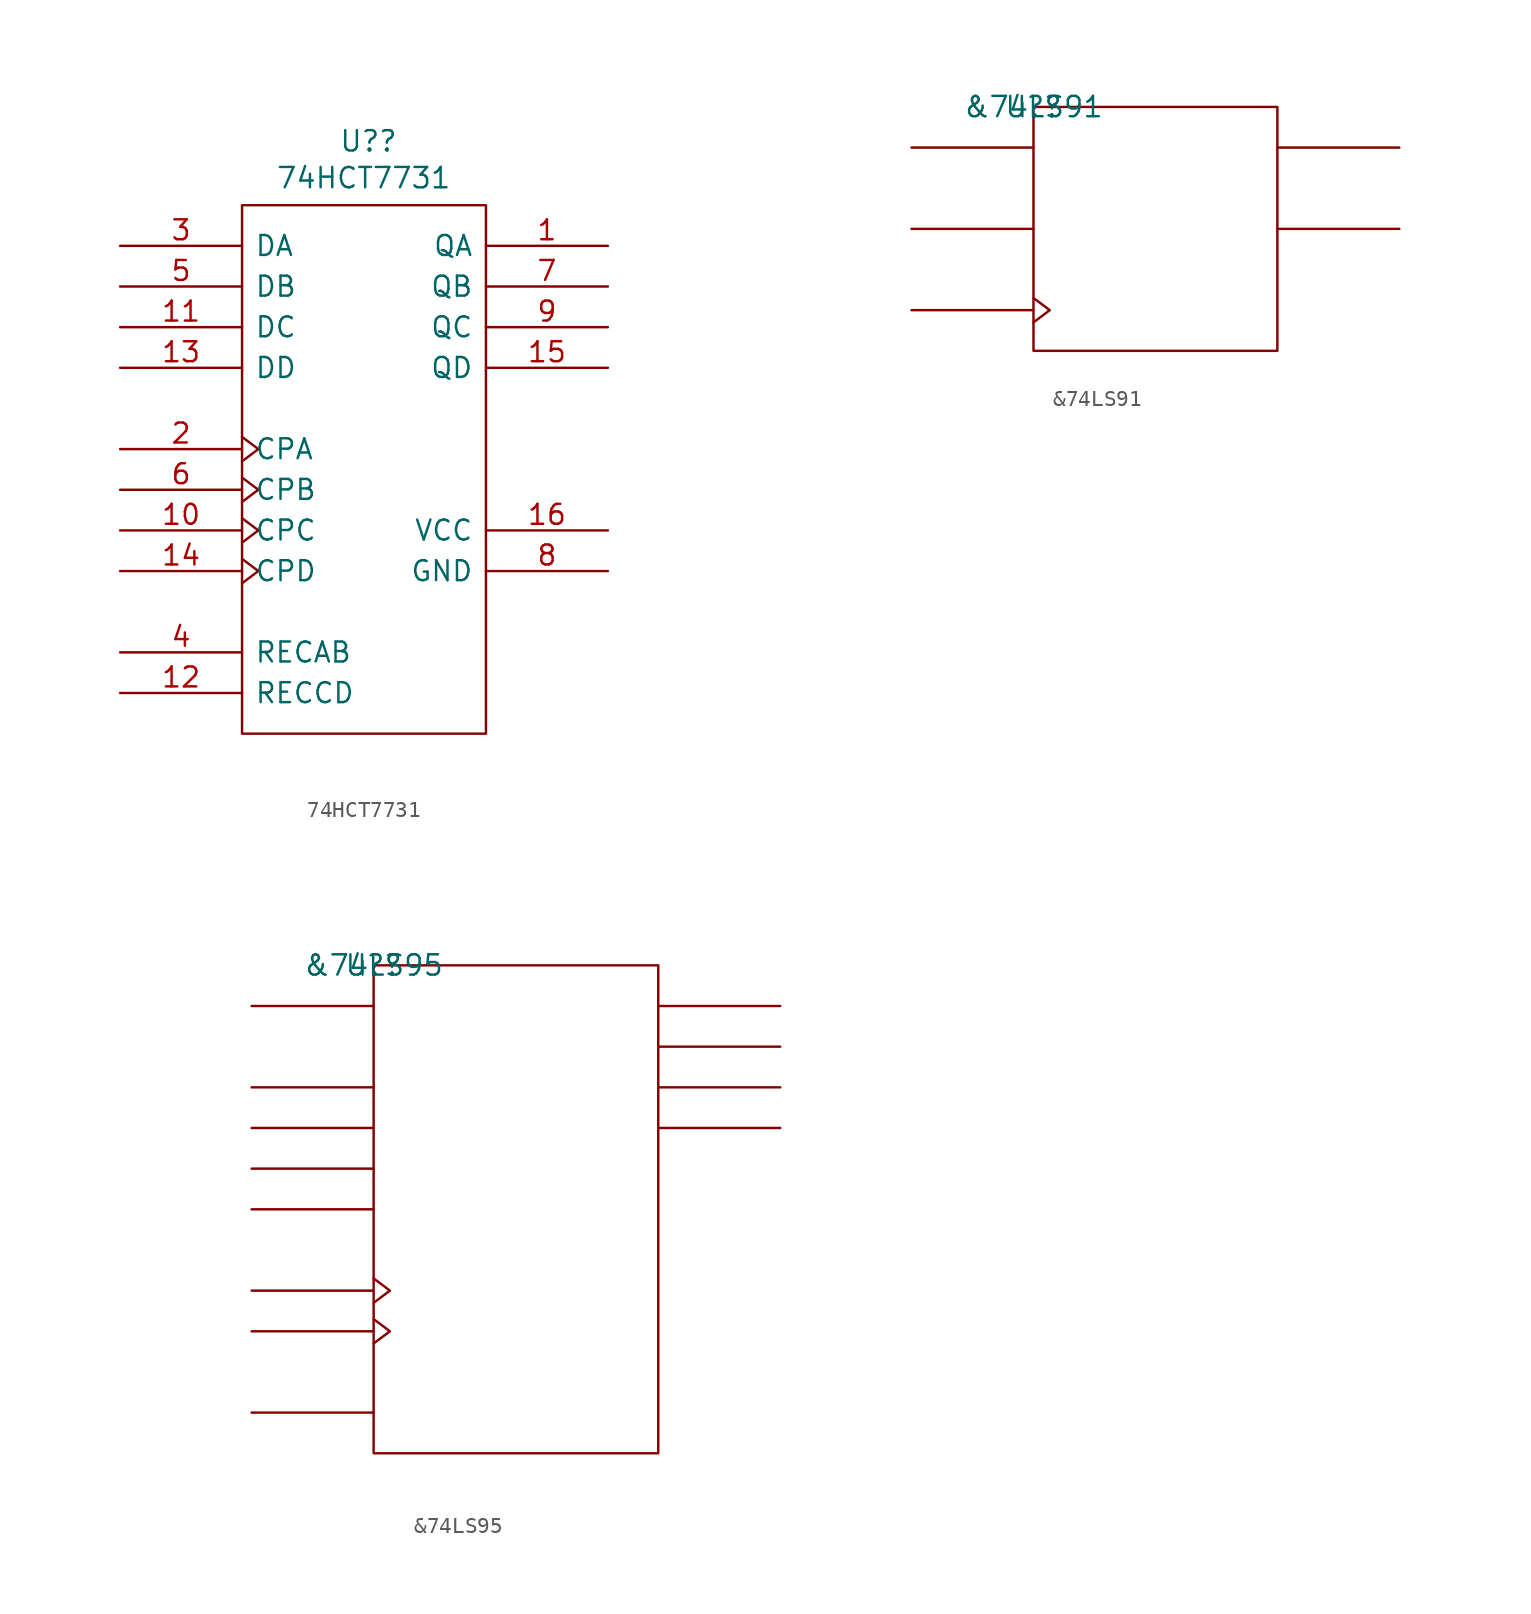
<source format=kicad_sym>
(kicad_symbol_lib
  (version 20211014)
  (generator kicad_symbol_editor)
  (symbol "74HCT7731"
    (pin_names
      (offset 0.762))
    (property "Reference" "U?"
      (at 7.9 3.365 0)
      (effects (font (size 1.27 1.27))))
    (property "Value" "74HCT7731"
      (at 7.6 1.065 0)
      (effects (font (size 1.27 1.27))))
    (symbol "74HCT7731_0_1"
      (rectangle (start 0 -33.655) (end 15.24 -0.635) (stroke (width 0) (type default) (color 0 0 0 0)) (fill (type none)))
      (polyline (pts (xy 0 -22.733) (xy 1.016 -23.495) (xy 0 -24.257)) (stroke (width 0) (type default) (color 0 0 0 0)) (fill (type none)))
      (polyline (pts (xy 0 -20.193) (xy 1.016 -20.955) (xy 0 -21.717)) (stroke (width 0) (type default) (color 0 0 0 0)) (fill (type none)))
      (polyline (pts (xy 0 -17.653) (xy 1.016 -18.415) (xy 0 -19.177)) (stroke (width 0) (type default) (color 0 0 0 0)) (fill (type none)))
      (polyline (pts (xy 0 -15.113) (xy 1.016 -15.875) (xy 0 -16.637)) (stroke (width 0) (type default) (color 0 0 0 0)) (fill (type none))))
    (symbol "74HCT7731_1_1"
      (pin output line (at 22.86 -3.175 180) (length 7.62) (name "QA" (effects (font (size 1.245 1.245)))) (number "1" (effects (font (size 1.245 1.245)))))
      (pin input line (at -7.62 -20.955 0) (length 7.62) (name "CPC" (effects (font (size 1.245 1.245)))) (number "10" (effects (font (size 1.245 1.245)))))
      (pin input line (at -7.62 -8.255 0) (length 7.62) (name "DC" (effects (font (size 1.245 1.245)))) (number "11" (effects (font (size 1.245 1.245)))))
      (pin input line (at -7.62 -31.115 0) (length 7.62) (name "RECCD" (effects (font (size 1.245 1.245)))) (number "12" (effects (font (size 1.245 1.245)))))
      (pin input line (at -7.62 -10.795 0) (length 7.62) (name "DD" (effects (font (size 1.245 1.245)))) (number "13" (effects (font (size 1.245 1.245)))))
      (pin input line (at -7.62 -23.495 0) (length 7.62) (name "CPD" (effects (font (size 1.245 1.245)))) (number "14" (effects (font (size 1.245 1.245)))))
      (pin output line (at 22.86 -10.795 180) (length 7.62) (name "QD" (effects (font (size 1.245 1.245)))) (number "15" (effects (font (size 1.245 1.245)))))
      (pin power_in line (at 22.86 -20.955 180) (length 7.62) (name "VCC" (effects (font (size 1.245 1.245)))) (number "16" (effects (font (size 1.245 1.245)))))
      (pin input line (at -7.62 -15.875 0) (length 7.62) (name "CPA" (effects (font (size 1.245 1.245)))) (number "2" (effects (font (size 1.245 1.245)))))
      (pin input line (at -7.62 -3.175 0) (length 7.62) (name "DA" (effects (font (size 1.245 1.245)))) (number "3" (effects (font (size 1.245 1.245)))))
      (pin input line (at -7.62 -28.575 0) (length 7.62) (name "RECAB" (effects (font (size 1.245 1.245)))) (number "4" (effects (font (size 1.245 1.245)))))
      (pin input line (at -7.62 -5.715 0) (length 7.62) (name "DB" (effects (font (size 1.245 1.245)))) (number "5" (effects (font (size 1.245 1.245)))))
      (pin input line (at -7.62 -18.415 0) (length 7.62) (name "CPB" (effects (font (size 1.245 1.245)))) (number "6" (effects (font (size 1.245 1.245)))))
      (pin output line (at 22.86 -5.715 180) (length 7.62) (name "QB" (effects (font (size 1.245 1.245)))) (number "7" (effects (font (size 1.245 1.245)))))
      (pin power_in line (at 22.86 -23.495 180) (length 7.62) (name "GND" (effects (font (size 1.245 1.245)))) (number "8" (effects (font (size 1.245 1.245)))))
      (pin output line (at 22.86 -8.255 180) (length 7.62) (name "QC" (effects (font (size 1.245 1.245)))) (number "9" (effects (font (size 1.245 1.245)))))))
  (symbol "&74LS91"
    (pin_names
      (offset 0.762))
    (property "Reference" "U?"
      (at 0 0 0)
      (effects (font (size 1.27 1.27))))
    (property "Value" "&74LS91"
      (at 0 0 0)
      (effects (font (size 1.27 1.27))))
    (symbol "&74LS91_0_1"
      (rectangle (start 0 -15.24) (end 15.24 0) (stroke (width 0) (type default) (color 0 0 0 0)) (fill (type none)))
      (polyline (pts (xy 0 -12.7) (xy -7.62 -12.7)) (stroke (width 0) (type default) (color 0 0 0 0)) (fill (type none)))
      (polyline (pts (xy 0 -7.62) (xy -7.62 -7.62)) (stroke (width 0) (type default) (color 0 0 0 0)) (fill (type none)))
      (polyline (pts (xy 0 -2.54) (xy -7.62 -2.54)) (stroke (width 0) (type default) (color 0 0 0 0)) (fill (type none)))
      (polyline (pts (xy 15.24 -7.62) (xy 22.86 -7.62)) (stroke (width 0) (type default) (color 0 0 0 0)) (fill (type none)))
      (polyline (pts (xy 15.24 -2.54) (xy 22.86 -2.54)) (stroke (width 0) (type default) (color 0 0 0 0)) (fill (type none)))
      (polyline (pts (xy 0 -11.938) (xy 1.016 -12.7) (xy 0 -13.462)) (stroke (width 0) (type default) (color 0 0 0 0)) (fill (type none))))
    (symbol "&74LS91_1_1"
      (pin power_in line (at 7.62 -15.24 180) (length 7.62) hide (name "GND" (effects (font (size 1.245 1.245)))) (number "10" (effects (font (size 1.245 1.245)))))
      (pin unspecified line (at -7.62 -7.62 0) (length 7.62) hide (name "B" (effects (font (size 1.245 1.245)))) (number "11" (effects (font (size 1.245 1.245)))))
      (pin unspecified line (at -7.62 -2.54 0) (length 7.62) hide (name "A" (effects (font (size 1.245 1.245)))) (number "12" (effects (font (size 1.245 1.245)))))
      (pin unspecified line (at 22.86 -2.54 180) (length 7.62) hide (name "Q" (effects (font (size 1.245 1.245)))) (number "13" (effects (font (size 1.245 1.245)))))
      (pin unspecified line (at 22.86 -7.62 180) (length 7.62) hide (name "Q\\" (effects (font (size 1.245 1.245)))) (number "14" (effects (font (size 1.245 1.245)))))
      (pin power_in line (at 5.08 0 180) (length 7.62) hide (name "VCC" (effects (font (size 1.245 1.245)))) (number "5" (effects (font (size 1.245 1.245)))))
      (pin unspecified line (at -7.62 -12.7 180) (length 7.62) hide (name "CLK" (effects (font (size 1.245 1.245)))) (number "9" (effects (font (size 1.245 1.245)))))))
  (symbol "&74LS95"
    (pin_names
      (offset 0.762))
    (property "Reference" "U?"
      (at 0 0 0)
      (effects (font (size 1.27 1.27))))
    (property "Value" "&74LS95"
      (at 0 0 0)
      (effects (font (size 1.27 1.27))))
    (symbol "&74LS95_0_1"
      (rectangle (start 0 -30.48) (end 17.78 0) (stroke (width 0) (type default) (color 0 0 0 0)) (fill (type none)))
      (polyline (pts (xy 0 -27.94) (xy -7.62 -27.94)) (stroke (width 0) (type default) (color 0 0 0 0)) (fill (type none)))
      (polyline (pts (xy 0 -22.86) (xy -7.62 -22.86)) (stroke (width 0) (type default) (color 0 0 0 0)) (fill (type none)))
      (polyline (pts (xy 0 -20.32) (xy -7.62 -20.32)) (stroke (width 0) (type default) (color 0 0 0 0)) (fill (type none)))
      (polyline (pts (xy 0 -15.24) (xy -7.62 -15.24)) (stroke (width 0) (type default) (color 0 0 0 0)) (fill (type none)))
      (polyline (pts (xy 0 -12.7) (xy -7.62 -12.7)) (stroke (width 0) (type default) (color 0 0 0 0)) (fill (type none)))
      (polyline (pts (xy 0 -10.16) (xy -7.62 -10.16)) (stroke (width 0) (type default) (color 0 0 0 0)) (fill (type none)))
      (polyline (pts (xy 0 -7.62) (xy -7.62 -7.62)) (stroke (width 0) (type default) (color 0 0 0 0)) (fill (type none)))
      (polyline (pts (xy 0 -2.54) (xy -7.62 -2.54)) (stroke (width 0) (type default) (color 0 0 0 0)) (fill (type none)))
      (polyline (pts (xy 17.78 -10.16) (xy 25.4 -10.16)) (stroke (width 0) (type default) (color 0 0 0 0)) (fill (type none)))
      (polyline (pts (xy 17.78 -7.62) (xy 25.4 -7.62)) (stroke (width 0) (type default) (color 0 0 0 0)) (fill (type none)))
      (polyline (pts (xy 17.78 -5.08) (xy 25.4 -5.08)) (stroke (width 0) (type default) (color 0 0 0 0)) (fill (type none)))
      (polyline (pts (xy 17.78 -2.54) (xy 25.4 -2.54)) (stroke (width 0) (type default) (color 0 0 0 0)) (fill (type none)))
      (polyline (pts (xy 0 -22.098) (xy 1.016 -22.86) (xy 0 -23.622)) (stroke (width 0) (type default) (color 0 0 0 0)) (fill (type none)))
      (polyline (pts (xy 0 -19.558) (xy 1.016 -20.32) (xy 0 -21.082)) (stroke (width 0) (type default) (color 0 0 0 0)) (fill (type none))))
    (symbol "&74LS95_1_1"
      (pin unspecified line (at -7.62 -2.54 0) (length 7.62) hide (name "SDI" (effects (font (size 1.245 1.245)))) (number "1" (effects (font (size 1.245 1.245)))))
      (pin unspecified line (at 25.4 -10.16 180) (length 7.62) hide (name "QD" (effects (font (size 1.245 1.245)))) (number "10" (effects (font (size 1.245 1.245)))))
      (pin unspecified line (at 25.4 -7.62 180) (length 7.62) hide (name "QC" (effects (font (size 1.245 1.245)))) (number "11" (effects (font (size 1.245 1.245)))))
      (pin unspecified line (at 25.4 -5.08 180) (length 7.62) hide (name "QB" (effects (font (size 1.245 1.245)))) (number "12" (effects (font (size 1.245 1.245)))))
      (pin unspecified line (at 25.4 -2.54 180) (length 7.62) hide (name "QA" (effects (font (size 1.245 1.245)))) (number "13" (effects (font (size 1.245 1.245)))))
      (pin power_in line (at 7.62 0 180) (length 7.62) hide (name "VCC" (effects (font (size 1.245 1.245)))) (number "14" (effects (font (size 1.245 1.245)))))
      (pin unspecified line (at -7.62 -7.62 0) (length 7.62) hide (name "A" (effects (font (size 1.245 1.245)))) (number "2" (effects (font (size 1.245 1.245)))))
      (pin unspecified line (at -7.62 -10.16 0) (length 7.62) hide (name "B" (effects (font (size 1.245 1.245)))) (number "3" (effects (font (size 1.245 1.245)))))
      (pin unspecified line (at -7.62 -12.7 0) (length 7.62) hide (name "C" (effects (font (size 1.245 1.245)))) (number "4" (effects (font (size 1.245 1.245)))))
      (pin unspecified line (at -7.62 -15.24 0) (length 7.62) hide (name "D" (effects (font (size 1.245 1.245)))) (number "5" (effects (font (size 1.245 1.245)))))
      (pin unspecified line (at -7.62 -27.94 0) (length 7.62) hide (name "MODE" (effects (font (size 1.245 1.245)))) (number "6" (effects (font (size 1.245 1.245)))))
      (pin power_in line (at 10.16 -30.48 180) (length 7.62) hide (name "GND" (effects (font (size 1.245 1.245)))) (number "7" (effects (font (size 1.245 1.245)))))
      (pin unspecified line (at -7.62 -22.86 180) (length 7.62) hide (name "CLK2" (effects (font (size 1.245 1.245)))) (number "8" (effects (font (size 1.245 1.245)))))
      (pin unspecified line (at -7.62 -20.32 180) (length 7.62) hide (name "CLK1" (effects (font (size 1.245 1.245)))) (number "9" (effects (font (size 1.245 1.245))))))))
</source>
